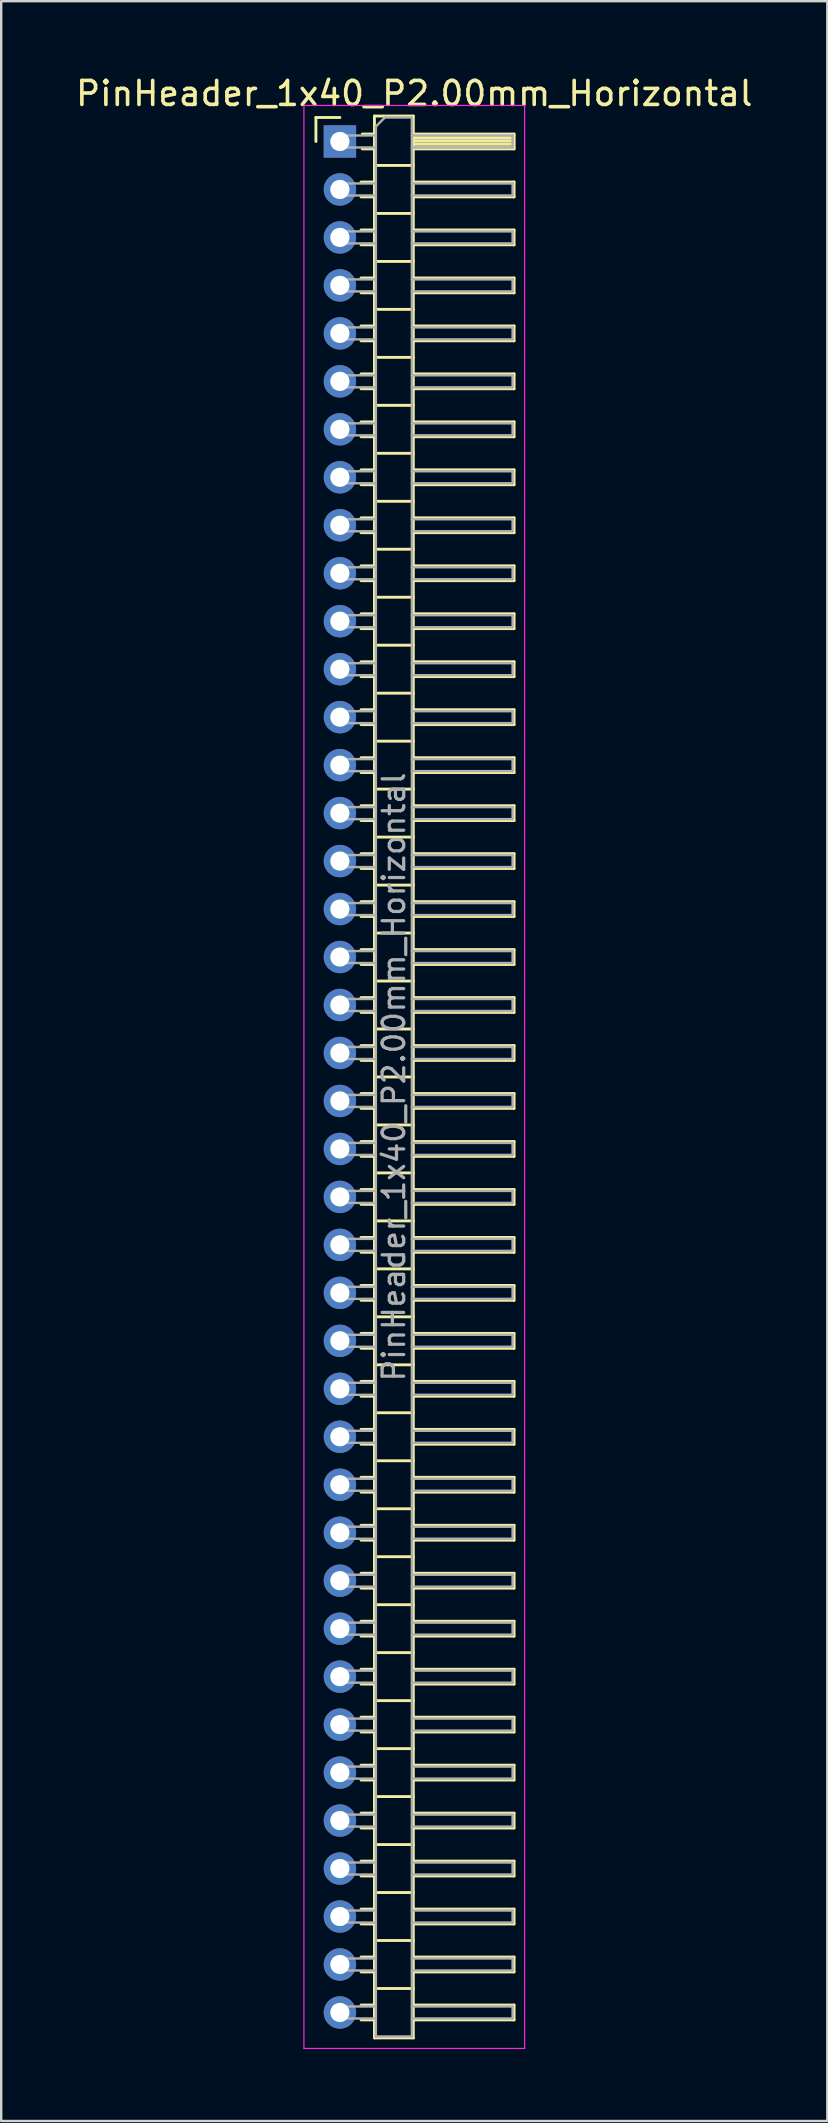
<source format=kicad_pcb>
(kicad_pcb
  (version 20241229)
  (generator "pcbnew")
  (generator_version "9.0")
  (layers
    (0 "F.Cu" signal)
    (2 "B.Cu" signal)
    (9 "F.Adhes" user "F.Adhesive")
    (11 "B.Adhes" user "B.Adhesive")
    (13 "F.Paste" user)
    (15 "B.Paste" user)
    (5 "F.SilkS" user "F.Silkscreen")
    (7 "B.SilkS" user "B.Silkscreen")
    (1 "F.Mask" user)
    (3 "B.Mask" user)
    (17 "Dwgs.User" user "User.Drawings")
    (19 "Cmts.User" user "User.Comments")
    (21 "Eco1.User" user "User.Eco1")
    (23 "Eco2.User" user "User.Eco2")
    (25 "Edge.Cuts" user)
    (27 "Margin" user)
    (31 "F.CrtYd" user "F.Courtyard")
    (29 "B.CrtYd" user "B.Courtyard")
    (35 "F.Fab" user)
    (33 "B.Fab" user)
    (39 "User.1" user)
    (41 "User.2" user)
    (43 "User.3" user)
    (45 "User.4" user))
  (footprint "PinHeader_1x40_P2.00mm_Horizontal"
    (layer "F.Cu")
    (at 11.12 2.848)
    (property "Reference" "PinHeader_1x40_P2.00mm_Horizontal" (at 3.1 -2 0) (layer "F.SilkS") (effects (font (size 1 1) (thickness 0.15))))
    (attr through_hole)
    (fp_line (start -1 -1) (end 0 -1) (stroke (width 0.12) (type solid)) (layer "F.SilkS"))
    (fp_line (start -1 0) (end -1 -1) (stroke (width 0.12) (type solid)) (layer "F.SilkS"))
    (fp_line (start 0.882 1.69) (end 1.44 1.69) (stroke (width 0.12) (type solid)) (layer "F.SilkS"))
    (fp_line (start 0.882 2.31) (end 1.44 2.31) (stroke (width 0.12) (type solid)) (layer "F.SilkS"))
    (fp_line (start 0.882 3.69) (end 1.44 3.69) (stroke (width 0.12) (type solid)) (layer "F.SilkS"))
    (fp_line (start 0.882 4.31) (end 1.44 4.31) (stroke (width 0.12) (type solid)) (layer "F.SilkS"))
    (fp_line (start 0.882 5.69) (end 1.44 5.69) (stroke (width 0.12) (type solid)) (layer "F.SilkS"))
    (fp_line (start 0.882 6.31) (end 1.44 6.31) (stroke (width 0.12) (type solid)) (layer "F.SilkS"))
    (fp_line (start 0.882 7.69) (end 1.44 7.69) (stroke (width 0.12) (type solid)) (layer "F.SilkS"))
    (fp_line (start 0.882 8.31) (end 1.44 8.31) (stroke (width 0.12) (type solid)) (layer "F.SilkS"))
    (fp_line (start 0.882 9.69) (end 1.44 9.69) (stroke (width 0.12) (type solid)) (layer "F.SilkS"))
    (fp_line (start 0.882 10.31) (end 1.44 10.31) (stroke (width 0.12) (type solid)) (layer "F.SilkS"))
    (fp_line (start 0.882 11.69) (end 1.44 11.69) (stroke (width 0.12) (type solid)) (layer "F.SilkS"))
    (fp_line (start 0.882 12.31) (end 1.44 12.31) (stroke (width 0.12) (type solid)) (layer "F.SilkS"))
    (fp_line (start 0.882 13.69) (end 1.44 13.69) (stroke (width 0.12) (type solid)) (layer "F.SilkS"))
    (fp_line (start 0.882 14.31) (end 1.44 14.31) (stroke (width 0.12) (type solid)) (layer "F.SilkS"))
    (fp_line (start 0.882 15.69) (end 1.44 15.69) (stroke (width 0.12) (type solid)) (layer "F.SilkS"))
    (fp_line (start 0.882 16.31) (end 1.44 16.31) (stroke (width 0.12) (type solid)) (layer "F.SilkS"))
    (fp_line (start 0.882 17.69) (end 1.44 17.69) (stroke (width 0.12) (type solid)) (layer "F.SilkS"))
    (fp_line (start 0.882 18.31) (end 1.44 18.31) (stroke (width 0.12) (type solid)) (layer "F.SilkS"))
    (fp_line (start 0.882 19.69) (end 1.44 19.69) (stroke (width 0.12) (type solid)) (layer "F.SilkS"))
    (fp_line (start 0.882 20.31) (end 1.44 20.31) (stroke (width 0.12) (type solid)) (layer "F.SilkS"))
    (fp_line (start 0.882 21.69) (end 1.44 21.69) (stroke (width 0.12) (type solid)) (layer "F.SilkS"))
    (fp_line (start 0.882 22.31) (end 1.44 22.31) (stroke (width 0.12) (type solid)) (layer "F.SilkS"))
    (fp_line (start 0.882 23.69) (end 1.44 23.69) (stroke (width 0.12) (type solid)) (layer "F.SilkS"))
    (fp_line (start 0.882 24.31) (end 1.44 24.31) (stroke (width 0.12) (type solid)) (layer "F.SilkS"))
    (fp_line (start 0.882 25.69) (end 1.44 25.69) (stroke (width 0.12) (type solid)) (layer "F.SilkS"))
    (fp_line (start 0.882 26.31) (end 1.44 26.31) (stroke (width 0.12) (type solid)) (layer "F.SilkS"))
    (fp_line (start 0.882 27.69) (end 1.44 27.69) (stroke (width 0.12) (type solid)) (layer "F.SilkS"))
    (fp_line (start 0.882 28.31) (end 1.44 28.31) (stroke (width 0.12) (type solid)) (layer "F.SilkS"))
    (fp_line (start 0.882 29.69) (end 1.44 29.69) (stroke (width 0.12) (type solid)) (layer "F.SilkS"))
    (fp_line (start 0.882 30.31) (end 1.44 30.31) (stroke (width 0.12) (type solid)) (layer "F.SilkS"))
    (fp_line (start 0.882 31.69) (end 1.44 31.69) (stroke (width 0.12) (type solid)) (layer "F.SilkS"))
    (fp_line (start 0.882 32.31) (end 1.44 32.31) (stroke (width 0.12) (type solid)) (layer "F.SilkS"))
    (fp_line (start 0.882 33.69) (end 1.44 33.69) (stroke (width 0.12) (type solid)) (layer "F.SilkS"))
    (fp_line (start 0.882 34.31) (end 1.44 34.31) (stroke (width 0.12) (type solid)) (layer "F.SilkS"))
    (fp_line (start 0.882 35.69) (end 1.44 35.69) (stroke (width 0.12) (type solid)) (layer "F.SilkS"))
    (fp_line (start 0.882 36.31) (end 1.44 36.31) (stroke (width 0.12) (type solid)) (layer "F.SilkS"))
    (fp_line (start 0.882 37.69) (end 1.44 37.69) (stroke (width 0.12) (type solid)) (layer "F.SilkS"))
    (fp_line (start 0.882 38.31) (end 1.44 38.31) (stroke (width 0.12) (type solid)) (layer "F.SilkS"))
    (fp_line (start 0.882 39.69) (end 1.44 39.69) (stroke (width 0.12) (type solid)) (layer "F.SilkS"))
    (fp_line (start 0.882 40.31) (end 1.44 40.31) (stroke (width 0.12) (type solid)) (layer "F.SilkS"))
    (fp_line (start 0.882 41.69) (end 1.44 41.69) (stroke (width 0.12) (type solid)) (layer "F.SilkS"))
    (fp_line (start 0.882 42.31) (end 1.44 42.31) (stroke (width 0.12) (type solid)) (layer "F.SilkS"))
    (fp_line (start 0.882 43.69) (end 1.44 43.69) (stroke (width 0.12) (type solid)) (layer "F.SilkS"))
    (fp_line (start 0.882 44.31) (end 1.44 44.31) (stroke (width 0.12) (type solid)) (layer "F.SilkS"))
    (fp_line (start 0.882 45.69) (end 1.44 45.69) (stroke (width 0.12) (type solid)) (layer "F.SilkS"))
    (fp_line (start 0.882 46.31) (end 1.44 46.31) (stroke (width 0.12) (type solid)) (layer "F.SilkS"))
    (fp_line (start 0.882 47.69) (end 1.44 47.69) (stroke (width 0.12) (type solid)) (layer "F.SilkS"))
    (fp_line (start 0.882 48.31) (end 1.44 48.31) (stroke (width 0.12) (type solid)) (layer "F.SilkS"))
    (fp_line (start 0.882 49.69) (end 1.44 49.69) (stroke (width 0.12) (type solid)) (layer "F.SilkS"))
    (fp_line (start 0.882 50.31) (end 1.44 50.31) (stroke (width 0.12) (type solid)) (layer "F.SilkS"))
    (fp_line (start 0.882 51.69) (end 1.44 51.69) (stroke (width 0.12) (type solid)) (layer "F.SilkS"))
    (fp_line (start 0.882 52.31) (end 1.44 52.31) (stroke (width 0.12) (type solid)) (layer "F.SilkS"))
    (fp_line (start 0.882 53.69) (end 1.44 53.69) (stroke (width 0.12) (type solid)) (layer "F.SilkS"))
    (fp_line (start 0.882 54.31) (end 1.44 54.31) (stroke (width 0.12) (type solid)) (layer "F.SilkS"))
    (fp_line (start 0.882 55.69) (end 1.44 55.69) (stroke (width 0.12) (type solid)) (layer "F.SilkS"))
    (fp_line (start 0.882 56.31) (end 1.44 56.31) (stroke (width 0.12) (type solid)) (layer "F.SilkS"))
    (fp_line (start 0.882 57.69) (end 1.44 57.69) (stroke (width 0.12) (type solid)) (layer "F.SilkS"))
    (fp_line (start 0.882 58.31) (end 1.44 58.31) (stroke (width 0.12) (type solid)) (layer "F.SilkS"))
    (fp_line (start 0.882 59.69) (end 1.44 59.69) (stroke (width 0.12) (type solid)) (layer "F.SilkS"))
    (fp_line (start 0.882 60.31) (end 1.44 60.31) (stroke (width 0.12) (type solid)) (layer "F.SilkS"))
    (fp_line (start 0.882 61.69) (end 1.44 61.69) (stroke (width 0.12) (type solid)) (layer "F.SilkS"))
    (fp_line (start 0.882 62.31) (end 1.44 62.31) (stroke (width 0.12) (type solid)) (layer "F.SilkS"))
    (fp_line (start 0.882 63.69) (end 1.44 63.69) (stroke (width 0.12) (type solid)) (layer "F.SilkS"))
    (fp_line (start 0.882 64.31) (end 1.44 64.31) (stroke (width 0.12) (type solid)) (layer "F.SilkS"))
    (fp_line (start 0.882 65.69) (end 1.44 65.69) (stroke (width 0.12) (type solid)) (layer "F.SilkS"))
    (fp_line (start 0.882 66.31) (end 1.44 66.31) (stroke (width 0.12) (type solid)) (layer "F.SilkS"))
    (fp_line (start 0.882 67.69) (end 1.44 67.69) (stroke (width 0.12) (type solid)) (layer "F.SilkS"))
    (fp_line (start 0.882 68.31) (end 1.44 68.31) (stroke (width 0.12) (type solid)) (layer "F.SilkS"))
    (fp_line (start 0.882 69.69) (end 1.44 69.69) (stroke (width 0.12) (type solid)) (layer "F.SilkS"))
    (fp_line (start 0.882 70.31) (end 1.44 70.31) (stroke (width 0.12) (type solid)) (layer "F.SilkS"))
    (fp_line (start 0.882 71.69) (end 1.44 71.69) (stroke (width 0.12) (type solid)) (layer "F.SilkS"))
    (fp_line (start 0.882 72.31) (end 1.44 72.31) (stroke (width 0.12) (type solid)) (layer "F.SilkS"))
    (fp_line (start 0.882 73.69) (end 1.44 73.69) (stroke (width 0.12) (type solid)) (layer "F.SilkS"))
    (fp_line (start 0.882 74.31) (end 1.44 74.31) (stroke (width 0.12) (type solid)) (layer "F.SilkS"))
    (fp_line (start 0.882 75.69) (end 1.44 75.69) (stroke (width 0.12) (type solid)) (layer "F.SilkS"))
    (fp_line (start 0.882 76.31) (end 1.44 76.31) (stroke (width 0.12) (type solid)) (layer "F.SilkS"))
    (fp_line (start 0.882 77.69) (end 1.44 77.69) (stroke (width 0.12) (type solid)) (layer "F.SilkS"))
    (fp_line (start 0.882 78.31) (end 1.44 78.31) (stroke (width 0.12) (type solid)) (layer "F.SilkS"))
    (fp_line (start 0.935 -0.31) (end 1.44 -0.31) (stroke (width 0.12) (type solid)) (layer "F.SilkS"))
    (fp_line (start 0.935 0.31) (end 1.44 0.31) (stroke (width 0.12) (type solid)) (layer "F.SilkS"))
    (fp_line (start 1.44 -1.06) (end 1.44 79.06) (stroke (width 0.12) (type solid)) (layer "F.SilkS"))
    (fp_line (start 1.44 1) (end 3.06 1) (stroke (width 0.12) (type solid)) (layer "F.SilkS"))
    (fp_line (start 1.44 3) (end 3.06 3) (stroke (width 0.12) (type solid)) (layer "F.SilkS"))
    (fp_line (start 1.44 5) (end 3.06 5) (stroke (width 0.12) (type solid)) (layer "F.SilkS"))
    (fp_line (start 1.44 7) (end 3.06 7) (stroke (width 0.12) (type solid)) (layer "F.SilkS"))
    (fp_line (start 1.44 9) (end 3.06 9) (stroke (width 0.12) (type solid)) (layer "F.SilkS"))
    (fp_line (start 1.44 11) (end 3.06 11) (stroke (width 0.12) (type solid)) (layer "F.SilkS"))
    (fp_line (start 1.44 13) (end 3.06 13) (stroke (width 0.12) (type solid)) (layer "F.SilkS"))
    (fp_line (start 1.44 15) (end 3.06 15) (stroke (width 0.12) (type solid)) (layer "F.SilkS"))
    (fp_line (start 1.44 17) (end 3.06 17) (stroke (width 0.12) (type solid)) (layer "F.SilkS"))
    (fp_line (start 1.44 19) (end 3.06 19) (stroke (width 0.12) (type solid)) (layer "F.SilkS"))
    (fp_line (start 1.44 21) (end 3.06 21) (stroke (width 0.12) (type solid)) (layer "F.SilkS"))
    (fp_line (start 1.44 23) (end 3.06 23) (stroke (width 0.12) (type solid)) (layer "F.SilkS"))
    (fp_line (start 1.44 25) (end 3.06 25) (stroke (width 0.12) (type solid)) (layer "F.SilkS"))
    (fp_line (start 1.44 27) (end 3.06 27) (stroke (width 0.12) (type solid)) (layer "F.SilkS"))
    (fp_line (start 1.44 29) (end 3.06 29) (stroke (width 0.12) (type solid)) (layer "F.SilkS"))
    (fp_line (start 1.44 31) (end 3.06 31) (stroke (width 0.12) (type solid)) (layer "F.SilkS"))
    (fp_line (start 1.44 33) (end 3.06 33) (stroke (width 0.12) (type solid)) (layer "F.SilkS"))
    (fp_line (start 1.44 35) (end 3.06 35) (stroke (width 0.12) (type solid)) (layer "F.SilkS"))
    (fp_line (start 1.44 37) (end 3.06 37) (stroke (width 0.12) (type solid)) (layer "F.SilkS"))
    (fp_line (start 1.44 39) (end 3.06 39) (stroke (width 0.12) (type solid)) (layer "F.SilkS"))
    (fp_line (start 1.44 41) (end 3.06 41) (stroke (width 0.12) (type solid)) (layer "F.SilkS"))
    (fp_line (start 1.44 43) (end 3.06 43) (stroke (width 0.12) (type solid)) (layer "F.SilkS"))
    (fp_line (start 1.44 45) (end 3.06 45) (stroke (width 0.12) (type solid)) (layer "F.SilkS"))
    (fp_line (start 1.44 47) (end 3.06 47) (stroke (width 0.12) (type solid)) (layer "F.SilkS"))
    (fp_line (start 1.44 49) (end 3.06 49) (stroke (width 0.12) (type solid)) (layer "F.SilkS"))
    (fp_line (start 1.44 51) (end 3.06 51) (stroke (width 0.12) (type solid)) (layer "F.SilkS"))
    (fp_line (start 1.44 53) (end 3.06 53) (stroke (width 0.12) (type solid)) (layer "F.SilkS"))
    (fp_line (start 1.44 55) (end 3.06 55) (stroke (width 0.12) (type solid)) (layer "F.SilkS"))
    (fp_line (start 1.44 57) (end 3.06 57) (stroke (width 0.12) (type solid)) (layer "F.SilkS"))
    (fp_line (start 1.44 59) (end 3.06 59) (stroke (width 0.12) (type solid)) (layer "F.SilkS"))
    (fp_line (start 1.44 61) (end 3.06 61) (stroke (width 0.12) (type solid)) (layer "F.SilkS"))
    (fp_line (start 1.44 63) (end 3.06 63) (stroke (width 0.12) (type solid)) (layer "F.SilkS"))
    (fp_line (start 1.44 65) (end 3.06 65) (stroke (width 0.12) (type solid)) (layer "F.SilkS"))
    (fp_line (start 1.44 67) (end 3.06 67) (stroke (width 0.12) (type solid)) (layer "F.SilkS"))
    (fp_line (start 1.44 69) (end 3.06 69) (stroke (width 0.12) (type solid)) (layer "F.SilkS"))
    (fp_line (start 1.44 71) (end 3.06 71) (stroke (width 0.12) (type solid)) (layer "F.SilkS"))
    (fp_line (start 1.44 73) (end 3.06 73) (stroke (width 0.12) (type solid)) (layer "F.SilkS"))
    (fp_line (start 1.44 75) (end 3.06 75) (stroke (width 0.12) (type solid)) (layer "F.SilkS"))
    (fp_line (start 1.44 77) (end 3.06 77) (stroke (width 0.12) (type solid)) (layer "F.SilkS"))
    (fp_line (start 1.44 79.06) (end 3.06 79.06) (stroke (width 0.12) (type solid)) (layer "F.SilkS"))
    (fp_line (start 3.06 -1.06) (end 1.44 -1.06) (stroke (width 0.12) (type solid)) (layer "F.SilkS"))
    (fp_line (start 3.06 -0.31) (end 7.26 -0.31) (stroke (width 0.12) (type solid)) (layer "F.SilkS"))
    (fp_line (start 3.06 -0.25) (end 7.26 -0.25) (stroke (width 0.12) (type solid)) (layer "F.SilkS"))
    (fp_line (start 3.06 -0.13) (end 7.26 -0.13) (stroke (width 0.12) (type solid)) (layer "F.SilkS"))
    (fp_line (start 3.06 -0.01) (end 7.26 -0.01) (stroke (width 0.12) (type solid)) (layer "F.SilkS"))
    (fp_line (start 3.06 0.11) (end 7.26 0.11) (stroke (width 0.12) (type solid)) (layer "F.SilkS"))
    (fp_line (start 3.06 0.23) (end 7.26 0.23) (stroke (width 0.12) (type solid)) (layer "F.SilkS"))
    (fp_line (start 3.06 1.69) (end 7.26 1.69) (stroke (width 0.12) (type solid)) (layer "F.SilkS"))
    (fp_line (start 3.06 3.69) (end 7.26 3.69) (stroke (width 0.12) (type solid)) (layer "F.SilkS"))
    (fp_line (start 3.06 5.69) (end 7.26 5.69) (stroke (width 0.12) (type solid)) (layer "F.SilkS"))
    (fp_line (start 3.06 7.69) (end 7.26 7.69) (stroke (width 0.12) (type solid)) (layer "F.SilkS"))
    (fp_line (start 3.06 9.69) (end 7.26 9.69) (stroke (width 0.12) (type solid)) (layer "F.SilkS"))
    (fp_line (start 3.06 11.69) (end 7.26 11.69) (stroke (width 0.12) (type solid)) (layer "F.SilkS"))
    (fp_line (start 3.06 13.69) (end 7.26 13.69) (stroke (width 0.12) (type solid)) (layer "F.SilkS"))
    (fp_line (start 3.06 15.69) (end 7.26 15.69) (stroke (width 0.12) (type solid)) (layer "F.SilkS"))
    (fp_line (start 3.06 17.69) (end 7.26 17.69) (stroke (width 0.12) (type solid)) (layer "F.SilkS"))
    (fp_line (start 3.06 19.69) (end 7.26 19.69) (stroke (width 0.12) (type solid)) (layer "F.SilkS"))
    (fp_line (start 3.06 21.69) (end 7.26 21.69) (stroke (width 0.12) (type solid)) (layer "F.SilkS"))
    (fp_line (start 3.06 23.69) (end 7.26 23.69) (stroke (width 0.12) (type solid)) (layer "F.SilkS"))
    (fp_line (start 3.06 25.69) (end 7.26 25.69) (stroke (width 0.12) (type solid)) (layer "F.SilkS"))
    (fp_line (start 3.06 27.69) (end 7.26 27.69) (stroke (width 0.12) (type solid)) (layer "F.SilkS"))
    (fp_line (start 3.06 29.69) (end 7.26 29.69) (stroke (width 0.12) (type solid)) (layer "F.SilkS"))
    (fp_line (start 3.06 31.69) (end 7.26 31.69) (stroke (width 0.12) (type solid)) (layer "F.SilkS"))
    (fp_line (start 3.06 33.69) (end 7.26 33.69) (stroke (width 0.12) (type solid)) (layer "F.SilkS"))
    (fp_line (start 3.06 35.69) (end 7.26 35.69) (stroke (width 0.12) (type solid)) (layer "F.SilkS"))
    (fp_line (start 3.06 37.69) (end 7.26 37.69) (stroke (width 0.12) (type solid)) (layer "F.SilkS"))
    (fp_line (start 3.06 39.69) (end 7.26 39.69) (stroke (width 0.12) (type solid)) (layer "F.SilkS"))
    (fp_line (start 3.06 41.69) (end 7.26 41.69) (stroke (width 0.12) (type solid)) (layer "F.SilkS"))
    (fp_line (start 3.06 43.69) (end 7.26 43.69) (stroke (width 0.12) (type solid)) (layer "F.SilkS"))
    (fp_line (start 3.06 45.69) (end 7.26 45.69) (stroke (width 0.12) (type solid)) (layer "F.SilkS"))
    (fp_line (start 3.06 47.69) (end 7.26 47.69) (stroke (width 0.12) (type solid)) (layer "F.SilkS"))
    (fp_line (start 3.06 49.69) (end 7.26 49.69) (stroke (width 0.12) (type solid)) (layer "F.SilkS"))
    (fp_line (start 3.06 51.69) (end 7.26 51.69) (stroke (width 0.12) (type solid)) (layer "F.SilkS"))
    (fp_line (start 3.06 53.69) (end 7.26 53.69) (stroke (width 0.12) (type solid)) (layer "F.SilkS"))
    (fp_line (start 3.06 55.69) (end 7.26 55.69) (stroke (width 0.12) (type solid)) (layer "F.SilkS"))
    (fp_line (start 3.06 57.69) (end 7.26 57.69) (stroke (width 0.12) (type solid)) (layer "F.SilkS"))
    (fp_line (start 3.06 59.69) (end 7.26 59.69) (stroke (width 0.12) (type solid)) (layer "F.SilkS"))
    (fp_line (start 3.06 61.69) (end 7.26 61.69) (stroke (width 0.12) (type solid)) (layer "F.SilkS"))
    (fp_line (start 3.06 63.69) (end 7.26 63.69) (stroke (width 0.12) (type solid)) (layer "F.SilkS"))
    (fp_line (start 3.06 65.69) (end 7.26 65.69) (stroke (width 0.12) (type solid)) (layer "F.SilkS"))
    (fp_line (start 3.06 67.69) (end 7.26 67.69) (stroke (width 0.12) (type solid)) (layer "F.SilkS"))
    (fp_line (start 3.06 69.69) (end 7.26 69.69) (stroke (width 0.12) (type solid)) (layer "F.SilkS"))
    (fp_line (start 3.06 71.69) (end 7.26 71.69) (stroke (width 0.12) (type solid)) (layer "F.SilkS"))
    (fp_line (start 3.06 73.69) (end 7.26 73.69) (stroke (width 0.12) (type solid)) (layer "F.SilkS"))
    (fp_line (start 3.06 75.69) (end 7.26 75.69) (stroke (width 0.12) (type solid)) (layer "F.SilkS"))
    (fp_line (start 3.06 77.69) (end 7.26 77.69) (stroke (width 0.12) (type solid)) (layer "F.SilkS"))
    (fp_line (start 3.06 79.06) (end 3.06 -1.06) (stroke (width 0.12) (type solid)) (layer "F.SilkS"))
    (fp_line (start 7.26 -0.31) (end 7.26 0.31) (stroke (width 0.12) (type solid)) (layer "F.SilkS"))
    (fp_line (start 7.26 0.31) (end 3.06 0.31) (stroke (width 0.12) (type solid)) (layer "F.SilkS"))
    (fp_line (start 7.26 1.69) (end 7.26 2.31) (stroke (width 0.12) (type solid)) (layer "F.SilkS"))
    (fp_line (start 7.26 2.31) (end 3.06 2.31) (stroke (width 0.12) (type solid)) (layer "F.SilkS"))
    (fp_line (start 7.26 3.69) (end 7.26 4.31) (stroke (width 0.12) (type solid)) (layer "F.SilkS"))
    (fp_line (start 7.26 4.31) (end 3.06 4.31) (stroke (width 0.12) (type solid)) (layer "F.SilkS"))
    (fp_line (start 7.26 5.69) (end 7.26 6.31) (stroke (width 0.12) (type solid)) (layer "F.SilkS"))
    (fp_line (start 7.26 6.31) (end 3.06 6.31) (stroke (width 0.12) (type solid)) (layer "F.SilkS"))
    (fp_line (start 7.26 7.69) (end 7.26 8.31) (stroke (width 0.12) (type solid)) (layer "F.SilkS"))
    (fp_line (start 7.26 8.31) (end 3.06 8.31) (stroke (width 0.12) (type solid)) (layer "F.SilkS"))
    (fp_line (start 7.26 9.69) (end 7.26 10.31) (stroke (width 0.12) (type solid)) (layer "F.SilkS"))
    (fp_line (start 7.26 10.31) (end 3.06 10.31) (stroke (width 0.12) (type solid)) (layer "F.SilkS"))
    (fp_line (start 7.26 11.69) (end 7.26 12.31) (stroke (width 0.12) (type solid)) (layer "F.SilkS"))
    (fp_line (start 7.26 12.31) (end 3.06 12.31) (stroke (width 0.12) (type solid)) (layer "F.SilkS"))
    (fp_line (start 7.26 13.69) (end 7.26 14.31) (stroke (width 0.12) (type solid)) (layer "F.SilkS"))
    (fp_line (start 7.26 14.31) (end 3.06 14.31) (stroke (width 0.12) (type solid)) (layer "F.SilkS"))
    (fp_line (start 7.26 15.69) (end 7.26 16.31) (stroke (width 0.12) (type solid)) (layer "F.SilkS"))
    (fp_line (start 7.26 16.31) (end 3.06 16.31) (stroke (width 0.12) (type solid)) (layer "F.SilkS"))
    (fp_line (start 7.26 17.69) (end 7.26 18.31) (stroke (width 0.12) (type solid)) (layer "F.SilkS"))
    (fp_line (start 7.26 18.31) (end 3.06 18.31) (stroke (width 0.12) (type solid)) (layer "F.SilkS"))
    (fp_line (start 7.26 19.69) (end 7.26 20.31) (stroke (width 0.12) (type solid)) (layer "F.SilkS"))
    (fp_line (start 7.26 20.31) (end 3.06 20.31) (stroke (width 0.12) (type solid)) (layer "F.SilkS"))
    (fp_line (start 7.26 21.69) (end 7.26 22.31) (stroke (width 0.12) (type solid)) (layer "F.SilkS"))
    (fp_line (start 7.26 22.31) (end 3.06 22.31) (stroke (width 0.12) (type solid)) (layer "F.SilkS"))
    (fp_line (start 7.26 23.69) (end 7.26 24.31) (stroke (width 0.12) (type solid)) (layer "F.SilkS"))
    (fp_line (start 7.26 24.31) (end 3.06 24.31) (stroke (width 0.12) (type solid)) (layer "F.SilkS"))
    (fp_line (start 7.26 25.69) (end 7.26 26.31) (stroke (width 0.12) (type solid)) (layer "F.SilkS"))
    (fp_line (start 7.26 26.31) (end 3.06 26.31) (stroke (width 0.12) (type solid)) (layer "F.SilkS"))
    (fp_line (start 7.26 27.69) (end 7.26 28.31) (stroke (width 0.12) (type solid)) (layer "F.SilkS"))
    (fp_line (start 7.26 28.31) (end 3.06 28.31) (stroke (width 0.12) (type solid)) (layer "F.SilkS"))
    (fp_line (start 7.26 29.69) (end 7.26 30.31) (stroke (width 0.12) (type solid)) (layer "F.SilkS"))
    (fp_line (start 7.26 30.31) (end 3.06 30.31) (stroke (width 0.12) (type solid)) (layer "F.SilkS"))
    (fp_line (start 7.26 31.69) (end 7.26 32.31) (stroke (width 0.12) (type solid)) (layer "F.SilkS"))
    (fp_line (start 7.26 32.31) (end 3.06 32.31) (stroke (width 0.12) (type solid)) (layer "F.SilkS"))
    (fp_line (start 7.26 33.69) (end 7.26 34.31) (stroke (width 0.12) (type solid)) (layer "F.SilkS"))
    (fp_line (start 7.26 34.31) (end 3.06 34.31) (stroke (width 0.12) (type solid)) (layer "F.SilkS"))
    (fp_line (start 7.26 35.69) (end 7.26 36.31) (stroke (width 0.12) (type solid)) (layer "F.SilkS"))
    (fp_line (start 7.26 36.31) (end 3.06 36.31) (stroke (width 0.12) (type solid)) (layer "F.SilkS"))
    (fp_line (start 7.26 37.69) (end 7.26 38.31) (stroke (width 0.12) (type solid)) (layer "F.SilkS"))
    (fp_line (start 7.26 38.31) (end 3.06 38.31) (stroke (width 0.12) (type solid)) (layer "F.SilkS"))
    (fp_line (start 7.26 39.69) (end 7.26 40.31) (stroke (width 0.12) (type solid)) (layer "F.SilkS"))
    (fp_line (start 7.26 40.31) (end 3.06 40.31) (stroke (width 0.12) (type solid)) (layer "F.SilkS"))
    (fp_line (start 7.26 41.69) (end 7.26 42.31) (stroke (width 0.12) (type solid)) (layer "F.SilkS"))
    (fp_line (start 7.26 42.31) (end 3.06 42.31) (stroke (width 0.12) (type solid)) (layer "F.SilkS"))
    (fp_line (start 7.26 43.69) (end 7.26 44.31) (stroke (width 0.12) (type solid)) (layer "F.SilkS"))
    (fp_line (start 7.26 44.31) (end 3.06 44.31) (stroke (width 0.12) (type solid)) (layer "F.SilkS"))
    (fp_line (start 7.26 45.69) (end 7.26 46.31) (stroke (width 0.12) (type solid)) (layer "F.SilkS"))
    (fp_line (start 7.26 46.31) (end 3.06 46.31) (stroke (width 0.12) (type solid)) (layer "F.SilkS"))
    (fp_line (start 7.26 47.69) (end 7.26 48.31) (stroke (width 0.12) (type solid)) (layer "F.SilkS"))
    (fp_line (start 7.26 48.31) (end 3.06 48.31) (stroke (width 0.12) (type solid)) (layer "F.SilkS"))
    (fp_line (start 7.26 49.69) (end 7.26 50.31) (stroke (width 0.12) (type solid)) (layer "F.SilkS"))
    (fp_line (start 7.26 50.31) (end 3.06 50.31) (stroke (width 0.12) (type solid)) (layer "F.SilkS"))
    (fp_line (start 7.26 51.69) (end 7.26 52.31) (stroke (width 0.12) (type solid)) (layer "F.SilkS"))
    (fp_line (start 7.26 52.31) (end 3.06 52.31) (stroke (width 0.12) (type solid)) (layer "F.SilkS"))
    (fp_line (start 7.26 53.69) (end 7.26 54.31) (stroke (width 0.12) (type solid)) (layer "F.SilkS"))
    (fp_line (start 7.26 54.31) (end 3.06 54.31) (stroke (width 0.12) (type solid)) (layer "F.SilkS"))
    (fp_line (start 7.26 55.69) (end 7.26 56.31) (stroke (width 0.12) (type solid)) (layer "F.SilkS"))
    (fp_line (start 7.26 56.31) (end 3.06 56.31) (stroke (width 0.12) (type solid)) (layer "F.SilkS"))
    (fp_line (start 7.26 57.69) (end 7.26 58.31) (stroke (width 0.12) (type solid)) (layer "F.SilkS"))
    (fp_line (start 7.26 58.31) (end 3.06 58.31) (stroke (width 0.12) (type solid)) (layer "F.SilkS"))
    (fp_line (start 7.26 59.69) (end 7.26 60.31) (stroke (width 0.12) (type solid)) (layer "F.SilkS"))
    (fp_line (start 7.26 60.31) (end 3.06 60.31) (stroke (width 0.12) (type solid)) (layer "F.SilkS"))
    (fp_line (start 7.26 61.69) (end 7.26 62.31) (stroke (width 0.12) (type solid)) (layer "F.SilkS"))
    (fp_line (start 7.26 62.31) (end 3.06 62.31) (stroke (width 0.12) (type solid)) (layer "F.SilkS"))
    (fp_line (start 7.26 63.69) (end 7.26 64.31) (stroke (width 0.12) (type solid)) (layer "F.SilkS"))
    (fp_line (start 7.26 64.31) (end 3.06 64.31) (stroke (width 0.12) (type solid)) (layer "F.SilkS"))
    (fp_line (start 7.26 65.69) (end 7.26 66.31) (stroke (width 0.12) (type solid)) (layer "F.SilkS"))
    (fp_line (start 7.26 66.31) (end 3.06 66.31) (stroke (width 0.12) (type solid)) (layer "F.SilkS"))
    (fp_line (start 7.26 67.69) (end 7.26 68.31) (stroke (width 0.12) (type solid)) (layer "F.SilkS"))
    (fp_line (start 7.26 68.31) (end 3.06 68.31) (stroke (width 0.12) (type solid)) (layer "F.SilkS"))
    (fp_line (start 7.26 69.69) (end 7.26 70.31) (stroke (width 0.12) (type solid)) (layer "F.SilkS"))
    (fp_line (start 7.26 70.31) (end 3.06 70.31) (stroke (width 0.12) (type solid)) (layer "F.SilkS"))
    (fp_line (start 7.26 71.69) (end 7.26 72.31) (stroke (width 0.12) (type solid)) (layer "F.SilkS"))
    (fp_line (start 7.26 72.31) (end 3.06 72.31) (stroke (width 0.12) (type solid)) (layer "F.SilkS"))
    (fp_line (start 7.26 73.69) (end 7.26 74.31) (stroke (width 0.12) (type solid)) (layer "F.SilkS"))
    (fp_line (start 7.26 74.31) (end 3.06 74.31) (stroke (width 0.12) (type solid)) (layer "F.SilkS"))
    (fp_line (start 7.26 75.69) (end 7.26 76.31) (stroke (width 0.12) (type solid)) (layer "F.SilkS"))
    (fp_line (start 7.26 76.31) (end 3.06 76.31) (stroke (width 0.12) (type solid)) (layer "F.SilkS"))
    (fp_line (start 7.26 77.69) (end 7.26 78.31) (stroke (width 0.12) (type solid)) (layer "F.SilkS"))
    (fp_line (start 7.26 78.31) (end 3.06 78.31) (stroke (width 0.12) (type solid)) (layer "F.SilkS"))
    (fp_line (start -1.5 -1.5) (end -1.5 79.5) (stroke (width 0.05) (type solid)) (layer "F.CrtYd"))
    (fp_line (start -1.5 79.5) (end 7.7 79.5) (stroke (width 0.05) (type solid)) (layer "F.CrtYd"))
    (fp_line (start 7.7 -1.5) (end -1.5 -1.5) (stroke (width 0.05) (type solid)) (layer "F.CrtYd"))
    (fp_line (start 7.7 79.5) (end 7.7 -1.5) (stroke (width 0.05) (type solid)) (layer "F.CrtYd"))
    (fp_line (start -0.25 -0.25) (end -0.25 0.25) (stroke (width 0.1) (type solid)) (layer "F.Fab"))
    (fp_line (start -0.25 -0.25) (end 1.5 -0.25) (stroke (width 0.1) (type solid)) (layer "F.Fab"))
    (fp_line (start -0.25 0.25) (end 1.5 0.25) (stroke (width 0.1) (type solid)) (layer "F.Fab"))
    (fp_line (start -0.25 1.75) (end -0.25 2.25) (stroke (width 0.1) (type solid)) (layer "F.Fab"))
    (fp_line (start -0.25 1.75) (end 1.5 1.75) (stroke (width 0.1) (type solid)) (layer "F.Fab"))
    (fp_line (start -0.25 2.25) (end 1.5 2.25) (stroke (width 0.1) (type solid)) (layer "F.Fab"))
    (fp_line (start -0.25 3.75) (end -0.25 4.25) (stroke (width 0.1) (type solid)) (layer "F.Fab"))
    (fp_line (start -0.25 3.75) (end 1.5 3.75) (stroke (width 0.1) (type solid)) (layer "F.Fab"))
    (fp_line (start -0.25 4.25) (end 1.5 4.25) (stroke (width 0.1) (type solid)) (layer "F.Fab"))
    (fp_line (start -0.25 5.75) (end -0.25 6.25) (stroke (width 0.1) (type solid)) (layer "F.Fab"))
    (fp_line (start -0.25 5.75) (end 1.5 5.75) (stroke (width 0.1) (type solid)) (layer "F.Fab"))
    (fp_line (start -0.25 6.25) (end 1.5 6.25) (stroke (width 0.1) (type solid)) (layer "F.Fab"))
    (fp_line (start -0.25 7.75) (end -0.25 8.25) (stroke (width 0.1) (type solid)) (layer "F.Fab"))
    (fp_line (start -0.25 7.75) (end 1.5 7.75) (stroke (width 0.1) (type solid)) (layer "F.Fab"))
    (fp_line (start -0.25 8.25) (end 1.5 8.25) (stroke (width 0.1) (type solid)) (layer "F.Fab"))
    (fp_line (start -0.25 9.75) (end -0.25 10.25) (stroke (width 0.1) (type solid)) (layer "F.Fab"))
    (fp_line (start -0.25 9.75) (end 1.5 9.75) (stroke (width 0.1) (type solid)) (layer "F.Fab"))
    (fp_line (start -0.25 10.25) (end 1.5 10.25) (stroke (width 0.1) (type solid)) (layer "F.Fab"))
    (fp_line (start -0.25 11.75) (end -0.25 12.25) (stroke (width 0.1) (type solid)) (layer "F.Fab"))
    (fp_line (start -0.25 11.75) (end 1.5 11.75) (stroke (width 0.1) (type solid)) (layer "F.Fab"))
    (fp_line (start -0.25 12.25) (end 1.5 12.25) (stroke (width 0.1) (type solid)) (layer "F.Fab"))
    (fp_line (start -0.25 13.75) (end -0.25 14.25) (stroke (width 0.1) (type solid)) (layer "F.Fab"))
    (fp_line (start -0.25 13.75) (end 1.5 13.75) (stroke (width 0.1) (type solid)) (layer "F.Fab"))
    (fp_line (start -0.25 14.25) (end 1.5 14.25) (stroke (width 0.1) (type solid)) (layer "F.Fab"))
    (fp_line (start -0.25 15.75) (end -0.25 16.25) (stroke (width 0.1) (type solid)) (layer "F.Fab"))
    (fp_line (start -0.25 15.75) (end 1.5 15.75) (stroke (width 0.1) (type solid)) (layer "F.Fab"))
    (fp_line (start -0.25 16.25) (end 1.5 16.25) (stroke (width 0.1) (type solid)) (layer "F.Fab"))
    (fp_line (start -0.25 17.75) (end -0.25 18.25) (stroke (width 0.1) (type solid)) (layer "F.Fab"))
    (fp_line (start -0.25 17.75) (end 1.5 17.75) (stroke (width 0.1) (type solid)) (layer "F.Fab"))
    (fp_line (start -0.25 18.25) (end 1.5 18.25) (stroke (width 0.1) (type solid)) (layer "F.Fab"))
    (fp_line (start -0.25 19.75) (end -0.25 20.25) (stroke (width 0.1) (type solid)) (layer "F.Fab"))
    (fp_line (start -0.25 19.75) (end 1.5 19.75) (stroke (width 0.1) (type solid)) (layer "F.Fab"))
    (fp_line (start -0.25 20.25) (end 1.5 20.25) (stroke (width 0.1) (type solid)) (layer "F.Fab"))
    (fp_line (start -0.25 21.75) (end -0.25 22.25) (stroke (width 0.1) (type solid)) (layer "F.Fab"))
    (fp_line (start -0.25 21.75) (end 1.5 21.75) (stroke (width 0.1) (type solid)) (layer "F.Fab"))
    (fp_line (start -0.25 22.25) (end 1.5 22.25) (stroke (width 0.1) (type solid)) (layer "F.Fab"))
    (fp_line (start -0.25 23.75) (end -0.25 24.25) (stroke (width 0.1) (type solid)) (layer "F.Fab"))
    (fp_line (start -0.25 23.75) (end 1.5 23.75) (stroke (width 0.1) (type solid)) (layer "F.Fab"))
    (fp_line (start -0.25 24.25) (end 1.5 24.25) (stroke (width 0.1) (type solid)) (layer "F.Fab"))
    (fp_line (start -0.25 25.75) (end -0.25 26.25) (stroke (width 0.1) (type solid)) (layer "F.Fab"))
    (fp_line (start -0.25 25.75) (end 1.5 25.75) (stroke (width 0.1) (type solid)) (layer "F.Fab"))
    (fp_line (start -0.25 26.25) (end 1.5 26.25) (stroke (width 0.1) (type solid)) (layer "F.Fab"))
    (fp_line (start -0.25 27.75) (end -0.25 28.25) (stroke (width 0.1) (type solid)) (layer "F.Fab"))
    (fp_line (start -0.25 27.75) (end 1.5 27.75) (stroke (width 0.1) (type solid)) (layer "F.Fab"))
    (fp_line (start -0.25 28.25) (end 1.5 28.25) (stroke (width 0.1) (type solid)) (layer "F.Fab"))
    (fp_line (start -0.25 29.75) (end -0.25 30.25) (stroke (width 0.1) (type solid)) (layer "F.Fab"))
    (fp_line (start -0.25 29.75) (end 1.5 29.75) (stroke (width 0.1) (type solid)) (layer "F.Fab"))
    (fp_line (start -0.25 30.25) (end 1.5 30.25) (stroke (width 0.1) (type solid)) (layer "F.Fab"))
    (fp_line (start -0.25 31.75) (end -0.25 32.25) (stroke (width 0.1) (type solid)) (layer "F.Fab"))
    (fp_line (start -0.25 31.75) (end 1.5 31.75) (stroke (width 0.1) (type solid)) (layer "F.Fab"))
    (fp_line (start -0.25 32.25) (end 1.5 32.25) (stroke (width 0.1) (type solid)) (layer "F.Fab"))
    (fp_line (start -0.25 33.75) (end -0.25 34.25) (stroke (width 0.1) (type solid)) (layer "F.Fab"))
    (fp_line (start -0.25 33.75) (end 1.5 33.75) (stroke (width 0.1) (type solid)) (layer "F.Fab"))
    (fp_line (start -0.25 34.25) (end 1.5 34.25) (stroke (width 0.1) (type solid)) (layer "F.Fab"))
    (fp_line (start -0.25 35.75) (end -0.25 36.25) (stroke (width 0.1) (type solid)) (layer "F.Fab"))
    (fp_line (start -0.25 35.75) (end 1.5 35.75) (stroke (width 0.1) (type solid)) (layer "F.Fab"))
    (fp_line (start -0.25 36.25) (end 1.5 36.25) (stroke (width 0.1) (type solid)) (layer "F.Fab"))
    (fp_line (start -0.25 37.75) (end -0.25 38.25) (stroke (width 0.1) (type solid)) (layer "F.Fab"))
    (fp_line (start -0.25 37.75) (end 1.5 37.75) (stroke (width 0.1) (type solid)) (layer "F.Fab"))
    (fp_line (start -0.25 38.25) (end 1.5 38.25) (stroke (width 0.1) (type solid)) (layer "F.Fab"))
    (fp_line (start -0.25 39.75) (end -0.25 40.25) (stroke (width 0.1) (type solid)) (layer "F.Fab"))
    (fp_line (start -0.25 39.75) (end 1.5 39.75) (stroke (width 0.1) (type solid)) (layer "F.Fab"))
    (fp_line (start -0.25 40.25) (end 1.5 40.25) (stroke (width 0.1) (type solid)) (layer "F.Fab"))
    (fp_line (start -0.25 41.75) (end -0.25 42.25) (stroke (width 0.1) (type solid)) (layer "F.Fab"))
    (fp_line (start -0.25 41.75) (end 1.5 41.75) (stroke (width 0.1) (type solid)) (layer "F.Fab"))
    (fp_line (start -0.25 42.25) (end 1.5 42.25) (stroke (width 0.1) (type solid)) (layer "F.Fab"))
    (fp_line (start -0.25 43.75) (end -0.25 44.25) (stroke (width 0.1) (type solid)) (layer "F.Fab"))
    (fp_line (start -0.25 43.75) (end 1.5 43.75) (stroke (width 0.1) (type solid)) (layer "F.Fab"))
    (fp_line (start -0.25 44.25) (end 1.5 44.25) (stroke (width 0.1) (type solid)) (layer "F.Fab"))
    (fp_line (start -0.25 45.75) (end -0.25 46.25) (stroke (width 0.1) (type solid)) (layer "F.Fab"))
    (fp_line (start -0.25 45.75) (end 1.5 45.75) (stroke (width 0.1) (type solid)) (layer "F.Fab"))
    (fp_line (start -0.25 46.25) (end 1.5 46.25) (stroke (width 0.1) (type solid)) (layer "F.Fab"))
    (fp_line (start -0.25 47.75) (end -0.25 48.25) (stroke (width 0.1) (type solid)) (layer "F.Fab"))
    (fp_line (start -0.25 47.75) (end 1.5 47.75) (stroke (width 0.1) (type solid)) (layer "F.Fab"))
    (fp_line (start -0.25 48.25) (end 1.5 48.25) (stroke (width 0.1) (type solid)) (layer "F.Fab"))
    (fp_line (start -0.25 49.75) (end -0.25 50.25) (stroke (width 0.1) (type solid)) (layer "F.Fab"))
    (fp_line (start -0.25 49.75) (end 1.5 49.75) (stroke (width 0.1) (type solid)) (layer "F.Fab"))
    (fp_line (start -0.25 50.25) (end 1.5 50.25) (stroke (width 0.1) (type solid)) (layer "F.Fab"))
    (fp_line (start -0.25 51.75) (end -0.25 52.25) (stroke (width 0.1) (type solid)) (layer "F.Fab"))
    (fp_line (start -0.25 51.75) (end 1.5 51.75) (stroke (width 0.1) (type solid)) (layer "F.Fab"))
    (fp_line (start -0.25 52.25) (end 1.5 52.25) (stroke (width 0.1) (type solid)) (layer "F.Fab"))
    (fp_line (start -0.25 53.75) (end -0.25 54.25) (stroke (width 0.1) (type solid)) (layer "F.Fab"))
    (fp_line (start -0.25 53.75) (end 1.5 53.75) (stroke (width 0.1) (type solid)) (layer "F.Fab"))
    (fp_line (start -0.25 54.25) (end 1.5 54.25) (stroke (width 0.1) (type solid)) (layer "F.Fab"))
    (fp_line (start -0.25 55.75) (end -0.25 56.25) (stroke (width 0.1) (type solid)) (layer "F.Fab"))
    (fp_line (start -0.25 55.75) (end 1.5 55.75) (stroke (width 0.1) (type solid)) (layer "F.Fab"))
    (fp_line (start -0.25 56.25) (end 1.5 56.25) (stroke (width 0.1) (type solid)) (layer "F.Fab"))
    (fp_line (start -0.25 57.75) (end -0.25 58.25) (stroke (width 0.1) (type solid)) (layer "F.Fab"))
    (fp_line (start -0.25 57.75) (end 1.5 57.75) (stroke (width 0.1) (type solid)) (layer "F.Fab"))
    (fp_line (start -0.25 58.25) (end 1.5 58.25) (stroke (width 0.1) (type solid)) (layer "F.Fab"))
    (fp_line (start -0.25 59.75) (end -0.25 60.25) (stroke (width 0.1) (type solid)) (layer "F.Fab"))
    (fp_line (start -0.25 59.75) (end 1.5 59.75) (stroke (width 0.1) (type solid)) (layer "F.Fab"))
    (fp_line (start -0.25 60.25) (end 1.5 60.25) (stroke (width 0.1) (type solid)) (layer "F.Fab"))
    (fp_line (start -0.25 61.75) (end -0.25 62.25) (stroke (width 0.1) (type solid)) (layer "F.Fab"))
    (fp_line (start -0.25 61.75) (end 1.5 61.75) (stroke (width 0.1) (type solid)) (layer "F.Fab"))
    (fp_line (start -0.25 62.25) (end 1.5 62.25) (stroke (width 0.1) (type solid)) (layer "F.Fab"))
    (fp_line (start -0.25 63.75) (end -0.25 64.25) (stroke (width 0.1) (type solid)) (layer "F.Fab"))
    (fp_line (start -0.25 63.75) (end 1.5 63.75) (stroke (width 0.1) (type solid)) (layer "F.Fab"))
    (fp_line (start -0.25 64.25) (end 1.5 64.25) (stroke (width 0.1) (type solid)) (layer "F.Fab"))
    (fp_line (start -0.25 65.75) (end -0.25 66.25) (stroke (width 0.1) (type solid)) (layer "F.Fab"))
    (fp_line (start -0.25 65.75) (end 1.5 65.75) (stroke (width 0.1) (type solid)) (layer "F.Fab"))
    (fp_line (start -0.25 66.25) (end 1.5 66.25) (stroke (width 0.1) (type solid)) (layer "F.Fab"))
    (fp_line (start -0.25 67.75) (end -0.25 68.25) (stroke (width 0.1) (type solid)) (layer "F.Fab"))
    (fp_line (start -0.25 67.75) (end 1.5 67.75) (stroke (width 0.1) (type solid)) (layer "F.Fab"))
    (fp_line (start -0.25 68.25) (end 1.5 68.25) (stroke (width 0.1) (type solid)) (layer "F.Fab"))
    (fp_line (start -0.25 69.75) (end -0.25 70.25) (stroke (width 0.1) (type solid)) (layer "F.Fab"))
    (fp_line (start -0.25 69.75) (end 1.5 69.75) (stroke (width 0.1) (type solid)) (layer "F.Fab"))
    (fp_line (start -0.25 70.25) (end 1.5 70.25) (stroke (width 0.1) (type solid)) (layer "F.Fab"))
    (fp_line (start -0.25 71.75) (end -0.25 72.25) (stroke (width 0.1) (type solid)) (layer "F.Fab"))
    (fp_line (start -0.25 71.75) (end 1.5 71.75) (stroke (width 0.1) (type solid)) (layer "F.Fab"))
    (fp_line (start -0.25 72.25) (end 1.5 72.25) (stroke (width 0.1) (type solid)) (layer "F.Fab"))
    (fp_line (start -0.25 73.75) (end -0.25 74.25) (stroke (width 0.1) (type solid)) (layer "F.Fab"))
    (fp_line (start -0.25 73.75) (end 1.5 73.75) (stroke (width 0.1) (type solid)) (layer "F.Fab"))
    (fp_line (start -0.25 74.25) (end 1.5 74.25) (stroke (width 0.1) (type solid)) (layer "F.Fab"))
    (fp_line (start -0.25 75.75) (end -0.25 76.25) (stroke (width 0.1) (type solid)) (layer "F.Fab"))
    (fp_line (start -0.25 75.75) (end 1.5 75.75) (stroke (width 0.1) (type solid)) (layer "F.Fab"))
    (fp_line (start -0.25 76.25) (end 1.5 76.25) (stroke (width 0.1) (type solid)) (layer "F.Fab"))
    (fp_line (start -0.25 77.75) (end -0.25 78.25) (stroke (width 0.1) (type solid)) (layer "F.Fab"))
    (fp_line (start -0.25 77.75) (end 1.5 77.75) (stroke (width 0.1) (type solid)) (layer "F.Fab"))
    (fp_line (start -0.25 78.25) (end 1.5 78.25) (stroke (width 0.1) (type solid)) (layer "F.Fab"))
    (fp_line (start 1.5 -0.625) (end 1.875 -1) (stroke (width 0.1) (type solid)) (layer "F.Fab"))
    (fp_line (start 1.5 79) (end 1.5 -0.625) (stroke (width 0.1) (type solid)) (layer "F.Fab"))
    (fp_line (start 1.875 -1) (end 3 -1) (stroke (width 0.1) (type solid)) (layer "F.Fab"))
    (fp_line (start 3 -1) (end 3 79) (stroke (width 0.1) (type solid)) (layer "F.Fab"))
    (fp_line (start 3 -0.25) (end 7.2 -0.25) (stroke (width 0.1) (type solid)) (layer "F.Fab"))
    (fp_line (start 3 0.25) (end 7.2 0.25) (stroke (width 0.1) (type solid)) (layer "F.Fab"))
    (fp_line (start 3 1.75) (end 7.2 1.75) (stroke (width 0.1) (type solid)) (layer "F.Fab"))
    (fp_line (start 3 2.25) (end 7.2 2.25) (stroke (width 0.1) (type solid)) (layer "F.Fab"))
    (fp_line (start 3 3.75) (end 7.2 3.75) (stroke (width 0.1) (type solid)) (layer "F.Fab"))
    (fp_line (start 3 4.25) (end 7.2 4.25) (stroke (width 0.1) (type solid)) (layer "F.Fab"))
    (fp_line (start 3 5.75) (end 7.2 5.75) (stroke (width 0.1) (type solid)) (layer "F.Fab"))
    (fp_line (start 3 6.25) (end 7.2 6.25) (stroke (width 0.1) (type solid)) (layer "F.Fab"))
    (fp_line (start 3 7.75) (end 7.2 7.75) (stroke (width 0.1) (type solid)) (layer "F.Fab"))
    (fp_line (start 3 8.25) (end 7.2 8.25) (stroke (width 0.1) (type solid)) (layer "F.Fab"))
    (fp_line (start 3 9.75) (end 7.2 9.75) (stroke (width 0.1) (type solid)) (layer "F.Fab"))
    (fp_line (start 3 10.25) (end 7.2 10.25) (stroke (width 0.1) (type solid)) (layer "F.Fab"))
    (fp_line (start 3 11.75) (end 7.2 11.75) (stroke (width 0.1) (type solid)) (layer "F.Fab"))
    (fp_line (start 3 12.25) (end 7.2 12.25) (stroke (width 0.1) (type solid)) (layer "F.Fab"))
    (fp_line (start 3 13.75) (end 7.2 13.75) (stroke (width 0.1) (type solid)) (layer "F.Fab"))
    (fp_line (start 3 14.25) (end 7.2 14.25) (stroke (width 0.1) (type solid)) (layer "F.Fab"))
    (fp_line (start 3 15.75) (end 7.2 15.75) (stroke (width 0.1) (type solid)) (layer "F.Fab"))
    (fp_line (start 3 16.25) (end 7.2 16.25) (stroke (width 0.1) (type solid)) (layer "F.Fab"))
    (fp_line (start 3 17.75) (end 7.2 17.75) (stroke (width 0.1) (type solid)) (layer "F.Fab"))
    (fp_line (start 3 18.25) (end 7.2 18.25) (stroke (width 0.1) (type solid)) (layer "F.Fab"))
    (fp_line (start 3 19.75) (end 7.2 19.75) (stroke (width 0.1) (type solid)) (layer "F.Fab"))
    (fp_line (start 3 20.25) (end 7.2 20.25) (stroke (width 0.1) (type solid)) (layer "F.Fab"))
    (fp_line (start 3 21.75) (end 7.2 21.75) (stroke (width 0.1) (type solid)) (layer "F.Fab"))
    (fp_line (start 3 22.25) (end 7.2 22.25) (stroke (width 0.1) (type solid)) (layer "F.Fab"))
    (fp_line (start 3 23.75) (end 7.2 23.75) (stroke (width 0.1) (type solid)) (layer "F.Fab"))
    (fp_line (start 3 24.25) (end 7.2 24.25) (stroke (width 0.1) (type solid)) (layer "F.Fab"))
    (fp_line (start 3 25.75) (end 7.2 25.75) (stroke (width 0.1) (type solid)) (layer "F.Fab"))
    (fp_line (start 3 26.25) (end 7.2 26.25) (stroke (width 0.1) (type solid)) (layer "F.Fab"))
    (fp_line (start 3 27.75) (end 7.2 27.75) (stroke (width 0.1) (type solid)) (layer "F.Fab"))
    (fp_line (start 3 28.25) (end 7.2 28.25) (stroke (width 0.1) (type solid)) (layer "F.Fab"))
    (fp_line (start 3 29.75) (end 7.2 29.75) (stroke (width 0.1) (type solid)) (layer "F.Fab"))
    (fp_line (start 3 30.25) (end 7.2 30.25) (stroke (width 0.1) (type solid)) (layer "F.Fab"))
    (fp_line (start 3 31.75) (end 7.2 31.75) (stroke (width 0.1) (type solid)) (layer "F.Fab"))
    (fp_line (start 3 32.25) (end 7.2 32.25) (stroke (width 0.1) (type solid)) (layer "F.Fab"))
    (fp_line (start 3 33.75) (end 7.2 33.75) (stroke (width 0.1) (type solid)) (layer "F.Fab"))
    (fp_line (start 3 34.25) (end 7.2 34.25) (stroke (width 0.1) (type solid)) (layer "F.Fab"))
    (fp_line (start 3 35.75) (end 7.2 35.75) (stroke (width 0.1) (type solid)) (layer "F.Fab"))
    (fp_line (start 3 36.25) (end 7.2 36.25) (stroke (width 0.1) (type solid)) (layer "F.Fab"))
    (fp_line (start 3 37.75) (end 7.2 37.75) (stroke (width 0.1) (type solid)) (layer "F.Fab"))
    (fp_line (start 3 38.25) (end 7.2 38.25) (stroke (width 0.1) (type solid)) (layer "F.Fab"))
    (fp_line (start 3 39.75) (end 7.2 39.75) (stroke (width 0.1) (type solid)) (layer "F.Fab"))
    (fp_line (start 3 40.25) (end 7.2 40.25) (stroke (width 0.1) (type solid)) (layer "F.Fab"))
    (fp_line (start 3 41.75) (end 7.2 41.75) (stroke (width 0.1) (type solid)) (layer "F.Fab"))
    (fp_line (start 3 42.25) (end 7.2 42.25) (stroke (width 0.1) (type solid)) (layer "F.Fab"))
    (fp_line (start 3 43.75) (end 7.2 43.75) (stroke (width 0.1) (type solid)) (layer "F.Fab"))
    (fp_line (start 3 44.25) (end 7.2 44.25) (stroke (width 0.1) (type solid)) (layer "F.Fab"))
    (fp_line (start 3 45.75) (end 7.2 45.75) (stroke (width 0.1) (type solid)) (layer "F.Fab"))
    (fp_line (start 3 46.25) (end 7.2 46.25) (stroke (width 0.1) (type solid)) (layer "F.Fab"))
    (fp_line (start 3 47.75) (end 7.2 47.75) (stroke (width 0.1) (type solid)) (layer "F.Fab"))
    (fp_line (start 3 48.25) (end 7.2 48.25) (stroke (width 0.1) (type solid)) (layer "F.Fab"))
    (fp_line (start 3 49.75) (end 7.2 49.75) (stroke (width 0.1) (type solid)) (layer "F.Fab"))
    (fp_line (start 3 50.25) (end 7.2 50.25) (stroke (width 0.1) (type solid)) (layer "F.Fab"))
    (fp_line (start 3 51.75) (end 7.2 51.75) (stroke (width 0.1) (type solid)) (layer "F.Fab"))
    (fp_line (start 3 52.25) (end 7.2 52.25) (stroke (width 0.1) (type solid)) (layer "F.Fab"))
    (fp_line (start 3 53.75) (end 7.2 53.75) (stroke (width 0.1) (type solid)) (layer "F.Fab"))
    (fp_line (start 3 54.25) (end 7.2 54.25) (stroke (width 0.1) (type solid)) (layer "F.Fab"))
    (fp_line (start 3 55.75) (end 7.2 55.75) (stroke (width 0.1) (type solid)) (layer "F.Fab"))
    (fp_line (start 3 56.25) (end 7.2 56.25) (stroke (width 0.1) (type solid)) (layer "F.Fab"))
    (fp_line (start 3 57.75) (end 7.2 57.75) (stroke (width 0.1) (type solid)) (layer "F.Fab"))
    (fp_line (start 3 58.25) (end 7.2 58.25) (stroke (width 0.1) (type solid)) (layer "F.Fab"))
    (fp_line (start 3 59.75) (end 7.2 59.75) (stroke (width 0.1) (type solid)) (layer "F.Fab"))
    (fp_line (start 3 60.25) (end 7.2 60.25) (stroke (width 0.1) (type solid)) (layer "F.Fab"))
    (fp_line (start 3 61.75) (end 7.2 61.75) (stroke (width 0.1) (type solid)) (layer "F.Fab"))
    (fp_line (start 3 62.25) (end 7.2 62.25) (stroke (width 0.1) (type solid)) (layer "F.Fab"))
    (fp_line (start 3 63.75) (end 7.2 63.75) (stroke (width 0.1) (type solid)) (layer "F.Fab"))
    (fp_line (start 3 64.25) (end 7.2 64.25) (stroke (width 0.1) (type solid)) (layer "F.Fab"))
    (fp_line (start 3 65.75) (end 7.2 65.75) (stroke (width 0.1) (type solid)) (layer "F.Fab"))
    (fp_line (start 3 66.25) (end 7.2 66.25) (stroke (width 0.1) (type solid)) (layer "F.Fab"))
    (fp_line (start 3 67.75) (end 7.2 67.75) (stroke (width 0.1) (type solid)) (layer "F.Fab"))
    (fp_line (start 3 68.25) (end 7.2 68.25) (stroke (width 0.1) (type solid)) (layer "F.Fab"))
    (fp_line (start 3 69.75) (end 7.2 69.75) (stroke (width 0.1) (type solid)) (layer "F.Fab"))
    (fp_line (start 3 70.25) (end 7.2 70.25) (stroke (width 0.1) (type solid)) (layer "F.Fab"))
    (fp_line (start 3 71.75) (end 7.2 71.75) (stroke (width 0.1) (type solid)) (layer "F.Fab"))
    (fp_line (start 3 72.25) (end 7.2 72.25) (stroke (width 0.1) (type solid)) (layer "F.Fab"))
    (fp_line (start 3 73.75) (end 7.2 73.75) (stroke (width 0.1) (type solid)) (layer "F.Fab"))
    (fp_line (start 3 74.25) (end 7.2 74.25) (stroke (width 0.1) (type solid)) (layer "F.Fab"))
    (fp_line (start 3 75.75) (end 7.2 75.75) (stroke (width 0.1) (type solid)) (layer "F.Fab"))
    (fp_line (start 3 76.25) (end 7.2 76.25) (stroke (width 0.1) (type solid)) (layer "F.Fab"))
    (fp_line (start 3 77.75) (end 7.2 77.75) (stroke (width 0.1) (type solid)) (layer "F.Fab"))
    (fp_line (start 3 78.25) (end 7.2 78.25) (stroke (width 0.1) (type solid)) (layer "F.Fab"))
    (fp_line (start 3 79) (end 1.5 79) (stroke (width 0.1) (type solid)) (layer "F.Fab"))
    (fp_line (start 7.2 -0.25) (end 7.2 0.25) (stroke (width 0.1) (type solid)) (layer "F.Fab"))
    (fp_line (start 7.2 1.75) (end 7.2 2.25) (stroke (width 0.1) (type solid)) (layer "F.Fab"))
    (fp_line (start 7.2 3.75) (end 7.2 4.25) (stroke (width 0.1) (type solid)) (layer "F.Fab"))
    (fp_line (start 7.2 5.75) (end 7.2 6.25) (stroke (width 0.1) (type solid)) (layer "F.Fab"))
    (fp_line (start 7.2 7.75) (end 7.2 8.25) (stroke (width 0.1) (type solid)) (layer "F.Fab"))
    (fp_line (start 7.2 9.75) (end 7.2 10.25) (stroke (width 0.1) (type solid)) (layer "F.Fab"))
    (fp_line (start 7.2 11.75) (end 7.2 12.25) (stroke (width 0.1) (type solid)) (layer "F.Fab"))
    (fp_line (start 7.2 13.75) (end 7.2 14.25) (stroke (width 0.1) (type solid)) (layer "F.Fab"))
    (fp_line (start 7.2 15.75) (end 7.2 16.25) (stroke (width 0.1) (type solid)) (layer "F.Fab"))
    (fp_line (start 7.2 17.75) (end 7.2 18.25) (stroke (width 0.1) (type solid)) (layer "F.Fab"))
    (fp_line (start 7.2 19.75) (end 7.2 20.25) (stroke (width 0.1) (type solid)) (layer "F.Fab"))
    (fp_line (start 7.2 21.75) (end 7.2 22.25) (stroke (width 0.1) (type solid)) (layer "F.Fab"))
    (fp_line (start 7.2 23.75) (end 7.2 24.25) (stroke (width 0.1) (type solid)) (layer "F.Fab"))
    (fp_line (start 7.2 25.75) (end 7.2 26.25) (stroke (width 0.1) (type solid)) (layer "F.Fab"))
    (fp_line (start 7.2 27.75) (end 7.2 28.25) (stroke (width 0.1) (type solid)) (layer "F.Fab"))
    (fp_line (start 7.2 29.75) (end 7.2 30.25) (stroke (width 0.1) (type solid)) (layer "F.Fab"))
    (fp_line (start 7.2 31.75) (end 7.2 32.25) (stroke (width 0.1) (type solid)) (layer "F.Fab"))
    (fp_line (start 7.2 33.75) (end 7.2 34.25) (stroke (width 0.1) (type solid)) (layer "F.Fab"))
    (fp_line (start 7.2 35.75) (end 7.2 36.25) (stroke (width 0.1) (type solid)) (layer "F.Fab"))
    (fp_line (start 7.2 37.75) (end 7.2 38.25) (stroke (width 0.1) (type solid)) (layer "F.Fab"))
    (fp_line (start 7.2 39.75) (end 7.2 40.25) (stroke (width 0.1) (type solid)) (layer "F.Fab"))
    (fp_line (start 7.2 41.75) (end 7.2 42.25) (stroke (width 0.1) (type solid)) (layer "F.Fab"))
    (fp_line (start 7.2 43.75) (end 7.2 44.25) (stroke (width 0.1) (type solid)) (layer "F.Fab"))
    (fp_line (start 7.2 45.75) (end 7.2 46.25) (stroke (width 0.1) (type solid)) (layer "F.Fab"))
    (fp_line (start 7.2 47.75) (end 7.2 48.25) (stroke (width 0.1) (type solid)) (layer "F.Fab"))
    (fp_line (start 7.2 49.75) (end 7.2 50.25) (stroke (width 0.1) (type solid)) (layer "F.Fab"))
    (fp_line (start 7.2 51.75) (end 7.2 52.25) (stroke (width 0.1) (type solid)) (layer "F.Fab"))
    (fp_line (start 7.2 53.75) (end 7.2 54.25) (stroke (width 0.1) (type solid)) (layer "F.Fab"))
    (fp_line (start 7.2 55.75) (end 7.2 56.25) (stroke (width 0.1) (type solid)) (layer "F.Fab"))
    (fp_line (start 7.2 57.75) (end 7.2 58.25) (stroke (width 0.1) (type solid)) (layer "F.Fab"))
    (fp_line (start 7.2 59.75) (end 7.2 60.25) (stroke (width 0.1) (type solid)) (layer "F.Fab"))
    (fp_line (start 7.2 61.75) (end 7.2 62.25) (stroke (width 0.1) (type solid)) (layer "F.Fab"))
    (fp_line (start 7.2 63.75) (end 7.2 64.25) (stroke (width 0.1) (type solid)) (layer "F.Fab"))
    (fp_line (start 7.2 65.75) (end 7.2 66.25) (stroke (width 0.1) (type solid)) (layer "F.Fab"))
    (fp_line (start 7.2 67.75) (end 7.2 68.25) (stroke (width 0.1) (type solid)) (layer "F.Fab"))
    (fp_line (start 7.2 69.75) (end 7.2 70.25) (stroke (width 0.1) (type solid)) (layer "F.Fab"))
    (fp_line (start 7.2 71.75) (end 7.2 72.25) (stroke (width 0.1) (type solid)) (layer "F.Fab"))
    (fp_line (start 7.2 73.75) (end 7.2 74.25) (stroke (width 0.1) (type solid)) (layer "F.Fab"))
    (fp_line (start 7.2 75.75) (end 7.2 76.25) (stroke (width 0.1) (type solid)) (layer "F.Fab"))
    (fp_line (start 7.2 77.75) (end 7.2 78.25) (stroke (width 0.1) (type solid)) (layer "F.Fab"))
    (fp_text user "${REFERENCE}" (at 2.25 39 90) (layer "F.Fab") (effects (font (size 0.9 0.9) (thickness 0.135))))
    (pad "1" thru_hole rect (at 0 0) (size 1.35 1.35) (drill 0.8) (layers "*.Cu" "*.Mask"))
    (pad "2" thru_hole oval (at 0 2) (size 1.35 1.35) (drill 0.8) (layers "*.Cu" "*.Mask"))
    (pad "3" thru_hole oval (at 0 4) (size 1.35 1.35) (drill 0.8) (layers "*.Cu" "*.Mask"))
    (pad "4" thru_hole oval (at 0 6) (size 1.35 1.35) (drill 0.8) (layers "*.Cu" "*.Mask"))
    (pad "5" thru_hole oval (at 0 8) (size 1.35 1.35) (drill 0.8) (layers "*.Cu" "*.Mask"))
    (pad "6" thru_hole oval (at 0 10) (size 1.35 1.35) (drill 0.8) (layers "*.Cu" "*.Mask"))
    (pad "7" thru_hole oval (at 0 12) (size 1.35 1.35) (drill 0.8) (layers "*.Cu" "*.Mask"))
    (pad "8" thru_hole oval (at 0 14) (size 1.35 1.35) (drill 0.8) (layers "*.Cu" "*.Mask"))
    (pad "9" thru_hole oval (at 0 16) (size 1.35 1.35) (drill 0.8) (layers "*.Cu" "*.Mask"))
    (pad "10" thru_hole oval (at 0 18) (size 1.35 1.35) (drill 0.8) (layers "*.Cu" "*.Mask"))
    (pad "11" thru_hole oval (at 0 20) (size 1.35 1.35) (drill 0.8) (layers "*.Cu" "*.Mask"))
    (pad "12" thru_hole oval (at 0 22) (size 1.35 1.35) (drill 0.8) (layers "*.Cu" "*.Mask"))
    (pad "13" thru_hole oval (at 0 24) (size 1.35 1.35) (drill 0.8) (layers "*.Cu" "*.Mask"))
    (pad "14" thru_hole oval (at 0 26) (size 1.35 1.35) (drill 0.8) (layers "*.Cu" "*.Mask"))
    (pad "15" thru_hole oval (at 0 28) (size 1.35 1.35) (drill 0.8) (layers "*.Cu" "*.Mask"))
    (pad "16" thru_hole oval (at 0 30) (size 1.35 1.35) (drill 0.8) (layers "*.Cu" "*.Mask"))
    (pad "17" thru_hole oval (at 0 32) (size 1.35 1.35) (drill 0.8) (layers "*.Cu" "*.Mask"))
    (pad "18" thru_hole oval (at 0 34) (size 1.35 1.35) (drill 0.8) (layers "*.Cu" "*.Mask"))
    (pad "19" thru_hole oval (at 0 36) (size 1.35 1.35) (drill 0.8) (layers "*.Cu" "*.Mask"))
    (pad "20" thru_hole oval (at 0 38) (size 1.35 1.35) (drill 0.8) (layers "*.Cu" "*.Mask"))
    (pad "21" thru_hole oval (at 0 40) (size 1.35 1.35) (drill 0.8) (layers "*.Cu" "*.Mask"))
    (pad "22" thru_hole oval (at 0 42) (size 1.35 1.35) (drill 0.8) (layers "*.Cu" "*.Mask"))
    (pad "23" thru_hole oval (at 0 44) (size 1.35 1.35) (drill 0.8) (layers "*.Cu" "*.Mask"))
    (pad "24" thru_hole oval (at 0 46) (size 1.35 1.35) (drill 0.8) (layers "*.Cu" "*.Mask"))
    (pad "25" thru_hole oval (at 0 48) (size 1.35 1.35) (drill 0.8) (layers "*.Cu" "*.Mask"))
    (pad "26" thru_hole oval (at 0 50) (size 1.35 1.35) (drill 0.8) (layers "*.Cu" "*.Mask"))
    (pad "27" thru_hole oval (at 0 52) (size 1.35 1.35) (drill 0.8) (layers "*.Cu" "*.Mask"))
    (pad "28" thru_hole oval (at 0 54) (size 1.35 1.35) (drill 0.8) (layers "*.Cu" "*.Mask"))
    (pad "29" thru_hole oval (at 0 56) (size 1.35 1.35) (drill 0.8) (layers "*.Cu" "*.Mask"))
    (pad "30" thru_hole oval (at 0 58) (size 1.35 1.35) (drill 0.8) (layers "*.Cu" "*.Mask"))
    (pad "31" thru_hole oval (at 0 60) (size 1.35 1.35) (drill 0.8) (layers "*.Cu" "*.Mask"))
    (pad "32" thru_hole oval (at 0 62) (size 1.35 1.35) (drill 0.8) (layers "*.Cu" "*.Mask"))
    (pad "33" thru_hole oval (at 0 64) (size 1.35 1.35) (drill 0.8) (layers "*.Cu" "*.Mask"))
    (pad "34" thru_hole oval (at 0 66) (size 1.35 1.35) (drill 0.8) (layers "*.Cu" "*.Mask"))
    (pad "35" thru_hole oval (at 0 68) (size 1.35 1.35) (drill 0.8) (layers "*.Cu" "*.Mask"))
    (pad "36" thru_hole oval (at 0 70) (size 1.35 1.35) (drill 0.8) (layers "*.Cu" "*.Mask"))
    (pad "37" thru_hole oval (at 0 72) (size 1.35 1.35) (drill 0.8) (layers "*.Cu" "*.Mask"))
    (pad "38" thru_hole oval (at 0 74) (size 1.35 1.35) (drill 0.8) (layers "*.Cu" "*.Mask"))
    (pad "39" thru_hole oval (at 0 76) (size 1.35 1.35) (drill 0.8) (layers "*.Cu" "*.Mask"))
    (pad "40" thru_hole oval (at 0 78) (size 1.35 1.35) (drill 0.8) (layers "*.Cu" "*.Mask")))
  (gr_rect
    (start -3 -3)
    (end 31.44 85.373)
    (stroke (width 0.1) (type default))
    (fill no)
    (layer "Edge.Cuts")))
</source>
